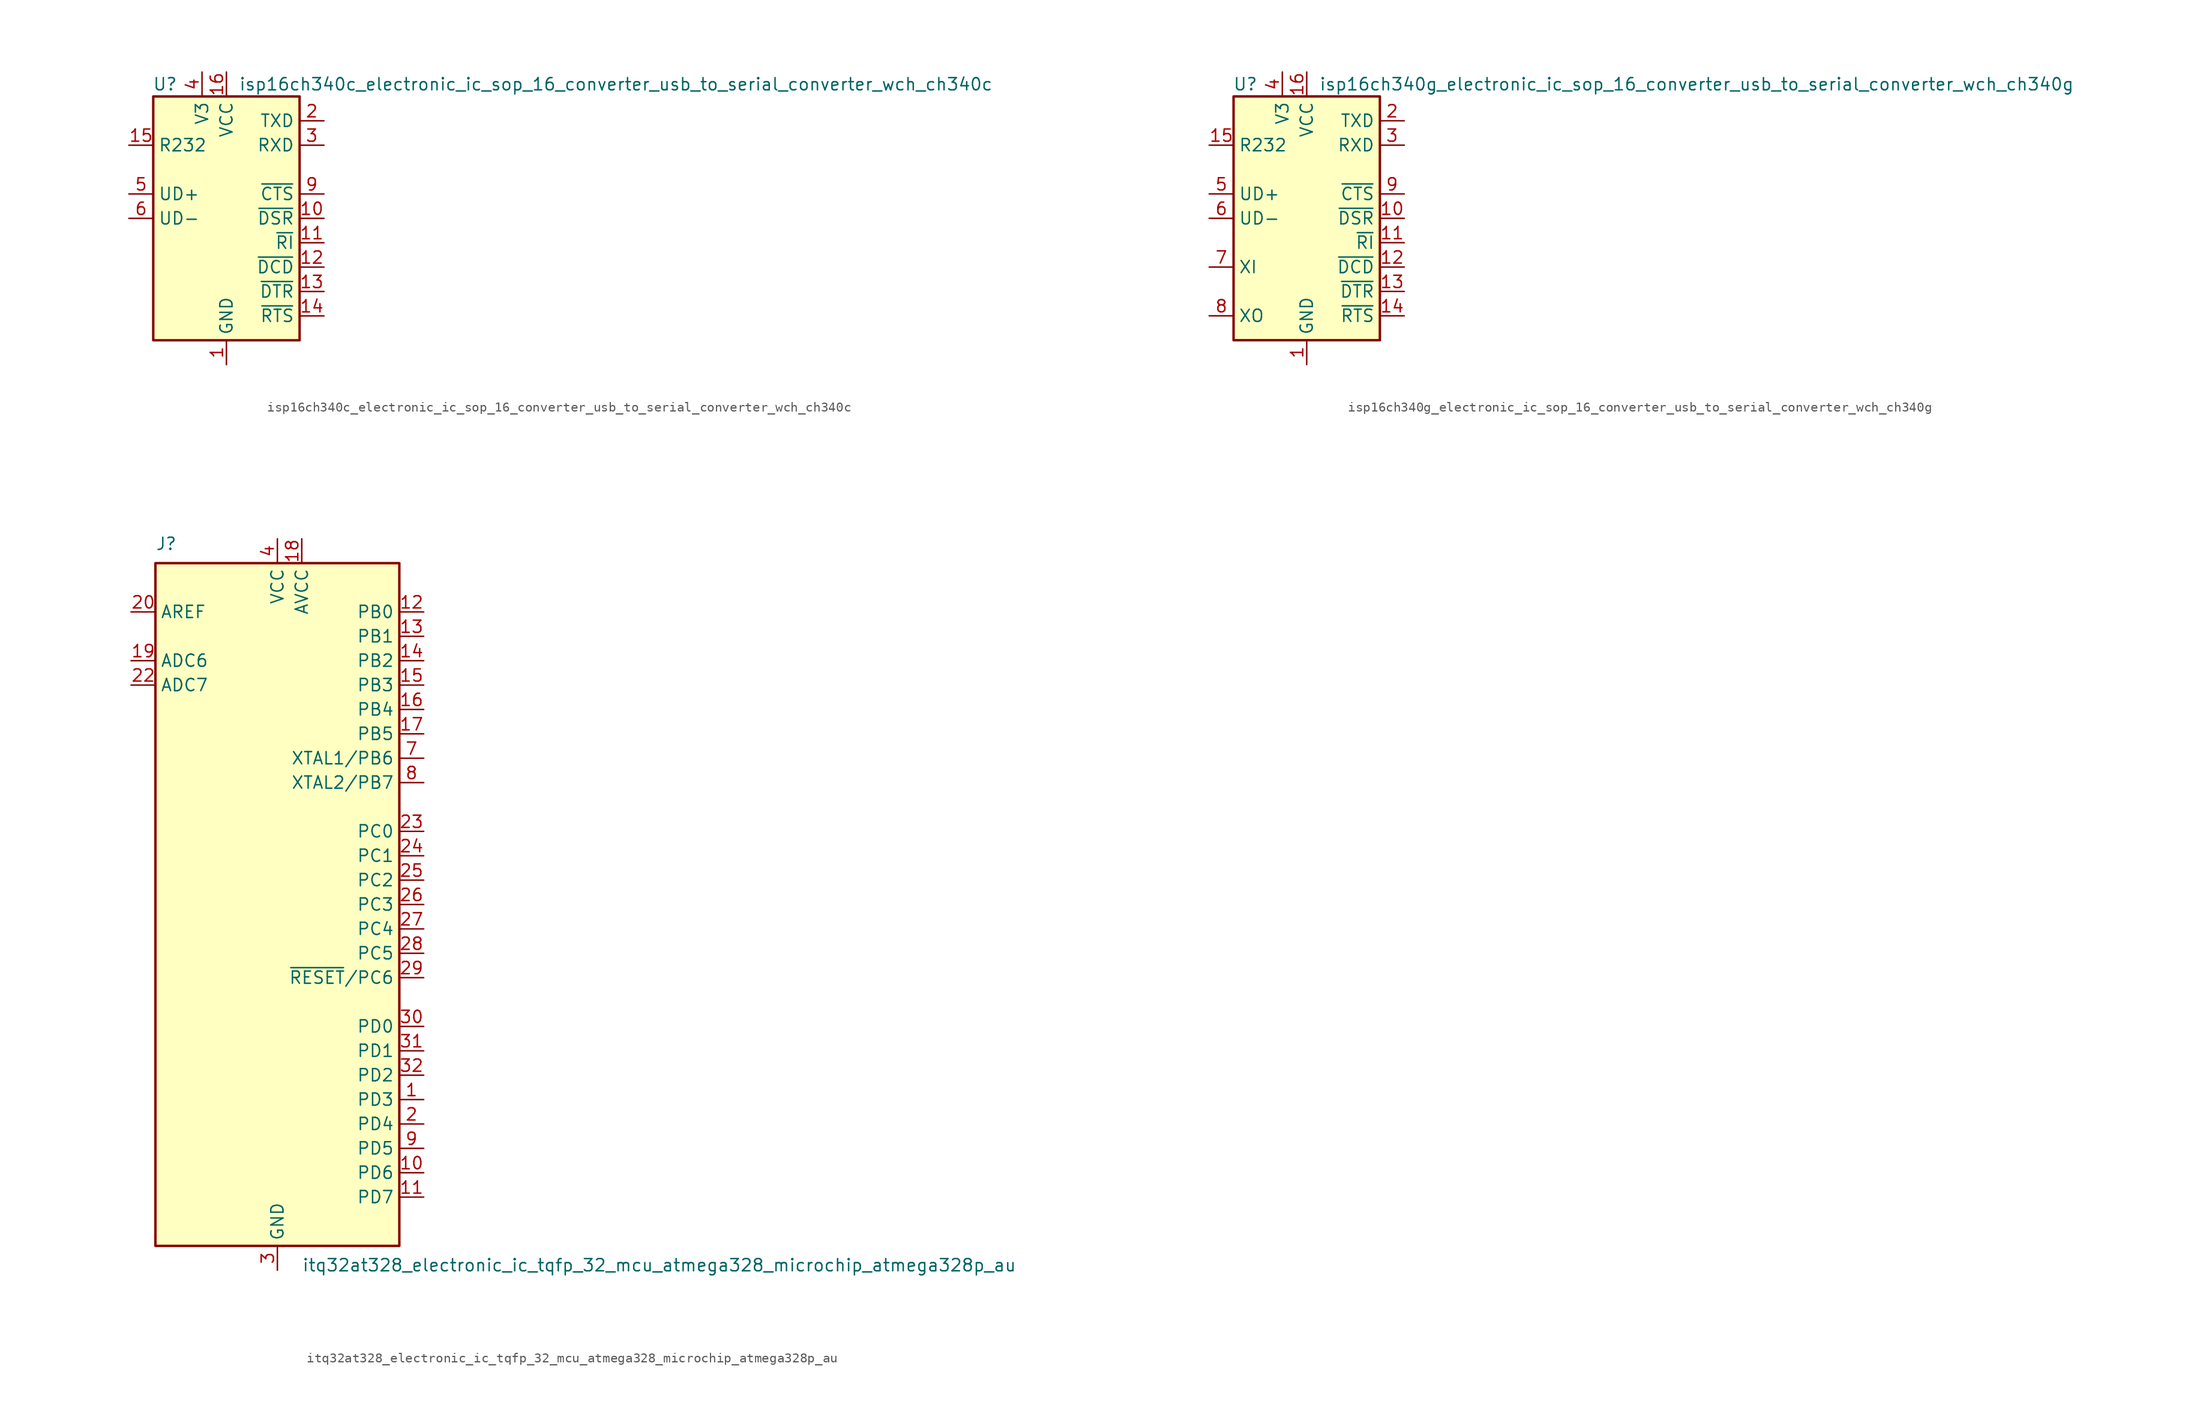
<source format=kicad_sym>
(kicad_symbol_lib
  (version 20220914)
  (generator kicad_symbol_editor)
  (symbol "isp16ch340c_electronic_ic_sop_16_converter_usb_to_serial_converter_wch_ch340c"
    (property "Reference" "U"
      (at -5.08 13.97 0)
      (effects (font (size 1.27 1.27)) (justify right)))
    (property "Value" "isp16ch340c_electronic_ic_sop_16_converter_usb_to_serial_converter_wch_ch340c"
      (at 1.27 13.97 0)
      (effects (font (size 1.27 1.27)) (justify left)))
    (symbol "isp16ch340c_electronic_ic_sop_16_converter_usb_to_serial_converter_wch_ch340c_0_1"
      (rectangle (start -7.62 12.7) (end 7.62 -12.7) (stroke (width 0.254) (type default)) (fill (type background))))
    (symbol "isp16ch340c_electronic_ic_sop_16_converter_usb_to_serial_converter_wch_ch340c_1_1"
      (pin power_in line (at 0 -15.24 90) (length 2.54) (name "GND" (effects (font (size 1.27 1.27)))) (number "1" (effects (font (size 1.27 1.27)))))
      (pin input line (at 10.16 0 180) (length 2.54) (name "~{DSR}" (effects (font (size 1.27 1.27)))) (number "10" (effects (font (size 1.27 1.27)))))
      (pin input line (at 10.16 -2.54 180) (length 2.54) (name "~{RI}" (effects (font (size 1.27 1.27)))) (number "11" (effects (font (size 1.27 1.27)))))
      (pin input line (at 10.16 -5.08 180) (length 2.54) (name "~{DCD}" (effects (font (size 1.27 1.27)))) (number "12" (effects (font (size 1.27 1.27)))))
      (pin output line (at 10.16 -7.62 180) (length 2.54) (name "~{DTR}" (effects (font (size 1.27 1.27)))) (number "13" (effects (font (size 1.27 1.27)))))
      (pin output line (at 10.16 -10.16 180) (length 2.54) (name "~{RTS}" (effects (font (size 1.27 1.27)))) (number "14" (effects (font (size 1.27 1.27)))))
      (pin input line (at -10.16 7.62 0) (length 2.54) (name "R232" (effects (font (size 1.27 1.27)))) (number "15" (effects (font (size 1.27 1.27)))))
      (pin power_in line (at 0 15.24 270) (length 2.54) (name "VCC" (effects (font (size 1.27 1.27)))) (number "16" (effects (font (size 1.27 1.27)))))
      (pin output line (at 10.16 10.16 180) (length 2.54) (name "TXD" (effects (font (size 1.27 1.27)))) (number "2" (effects (font (size 1.27 1.27)))))
      (pin input line (at 10.16 7.62 180) (length 2.54) (name "RXD" (effects (font (size 1.27 1.27)))) (number "3" (effects (font (size 1.27 1.27)))))
      (pin passive line (at -2.54 15.24 270) (length 2.54) (name "V3" (effects (font (size 1.27 1.27)))) (number "4" (effects (font (size 1.27 1.27)))))
      (pin bidirectional line (at -10.16 2.54 0) (length 2.54) (name "UD+" (effects (font (size 1.27 1.27)))) (number "5" (effects (font (size 1.27 1.27)))))
      (pin bidirectional line (at -10.16 0 0) (length 2.54) (name "UD-" (effects (font (size 1.27 1.27)))) (number "6" (effects (font (size 1.27 1.27)))))
      (pin no_connect line (at -7.62 -7.62 0) (length 2.54) hide (name "NC" (effects (font (size 1.27 1.27)))) (number "7" (effects (font (size 1.27 1.27)))))
      (pin no_connect line (at -7.62 -10.16 0) (length 2.54) hide (name "NC" (effects (font (size 1.27 1.27)))) (number "8" (effects (font (size 1.27 1.27)))))
      (pin input line (at 10.16 2.54 180) (length 2.54) (name "~{CTS}" (effects (font (size 1.27 1.27)))) (number "9" (effects (font (size 1.27 1.27)))))))
  (symbol "isp16ch340g_electronic_ic_sop_16_converter_usb_to_serial_converter_wch_ch340g"
    (property "Reference" "U"
      (at -5.08 13.97 0)
      (effects (font (size 1.27 1.27)) (justify right)))
    (property "Value" "isp16ch340g_electronic_ic_sop_16_converter_usb_to_serial_converter_wch_ch340g"
      (at 1.27 13.97 0)
      (effects (font (size 1.27 1.27)) (justify left)))
    (symbol "isp16ch340g_electronic_ic_sop_16_converter_usb_to_serial_converter_wch_ch340g_0_1"
      (rectangle (start -7.62 12.7) (end 7.62 -12.7) (stroke (width 0.254) (type default)) (fill (type background))))
    (symbol "isp16ch340g_electronic_ic_sop_16_converter_usb_to_serial_converter_wch_ch340g_1_1"
      (pin power_in line (at 0 -15.24 90) (length 2.54) (name "GND" (effects (font (size 1.27 1.27)))) (number "1" (effects (font (size 1.27 1.27)))))
      (pin input line (at 10.16 0 180) (length 2.54) (name "~{DSR}" (effects (font (size 1.27 1.27)))) (number "10" (effects (font (size 1.27 1.27)))))
      (pin input line (at 10.16 -2.54 180) (length 2.54) (name "~{RI}" (effects (font (size 1.27 1.27)))) (number "11" (effects (font (size 1.27 1.27)))))
      (pin input line (at 10.16 -5.08 180) (length 2.54) (name "~{DCD}" (effects (font (size 1.27 1.27)))) (number "12" (effects (font (size 1.27 1.27)))))
      (pin output line (at 10.16 -7.62 180) (length 2.54) (name "~{DTR}" (effects (font (size 1.27 1.27)))) (number "13" (effects (font (size 1.27 1.27)))))
      (pin output line (at 10.16 -10.16 180) (length 2.54) (name "~{RTS}" (effects (font (size 1.27 1.27)))) (number "14" (effects (font (size 1.27 1.27)))))
      (pin input line (at -10.16 7.62 0) (length 2.54) (name "R232" (effects (font (size 1.27 1.27)))) (number "15" (effects (font (size 1.27 1.27)))))
      (pin power_in line (at 0 15.24 270) (length 2.54) (name "VCC" (effects (font (size 1.27 1.27)))) (number "16" (effects (font (size 1.27 1.27)))))
      (pin output line (at 10.16 10.16 180) (length 2.54) (name "TXD" (effects (font (size 1.27 1.27)))) (number "2" (effects (font (size 1.27 1.27)))))
      (pin input line (at 10.16 7.62 180) (length 2.54) (name "RXD" (effects (font (size 1.27 1.27)))) (number "3" (effects (font (size 1.27 1.27)))))
      (pin passive line (at -2.54 15.24 270) (length 2.54) (name "V3" (effects (font (size 1.27 1.27)))) (number "4" (effects (font (size 1.27 1.27)))))
      (pin bidirectional line (at -10.16 2.54 0) (length 2.54) (name "UD+" (effects (font (size 1.27 1.27)))) (number "5" (effects (font (size 1.27 1.27)))))
      (pin bidirectional line (at -10.16 0 0) (length 2.54) (name "UD-" (effects (font (size 1.27 1.27)))) (number "6" (effects (font (size 1.27 1.27)))))
      (pin input line (at -10.16 -5.08 0) (length 2.54) (name "XI" (effects (font (size 1.27 1.27)))) (number "7" (effects (font (size 1.27 1.27)))))
      (pin output line (at -10.16 -10.16 0) (length 2.54) (name "XO" (effects (font (size 1.27 1.27)))) (number "8" (effects (font (size 1.27 1.27)))))
      (pin input line (at 10.16 2.54 180) (length 2.54) (name "~{CTS}" (effects (font (size 1.27 1.27)))) (number "9" (effects (font (size 1.27 1.27)))))))
  (symbol "itq32at328_electronic_ic_tqfp_32_mcu_atmega328_microchip_atmega328p_au"
    (property "Reference" "J"
      (at -12.7 36.83 0)
      (effects (font (size 1.27 1.27)) (justify left bottom)))
    (property "Value" "itq32at328_electronic_ic_tqfp_32_mcu_atmega328_microchip_atmega328p_au"
      (at 2.54 -36.83 0)
      (effects (font (size 1.27 1.27)) (justify left top)))
    (symbol "itq32at328_electronic_ic_tqfp_32_mcu_atmega328_microchip_atmega328p_au_0_1"
      (rectangle (start -12.7 -35.56) (end 12.7 35.56) (stroke (width 0.254) (type default)) (fill (type background))))
    (symbol "itq32at328_electronic_ic_tqfp_32_mcu_atmega328_microchip_atmega328p_au_1_1"
      (pin bidirectional line (at 15.24 -20.32 180) (length 2.54) (name "PD3" (effects (font (size 1.27 1.27)))) (number "1" (effects (font (size 1.27 1.27)))))
      (pin bidirectional line (at 15.24 -27.94 180) (length 2.54) (name "PD6" (effects (font (size 1.27 1.27)))) (number "10" (effects (font (size 1.27 1.27)))))
      (pin bidirectional line (at 15.24 -30.48 180) (length 2.54) (name "PD7" (effects (font (size 1.27 1.27)))) (number "11" (effects (font (size 1.27 1.27)))))
      (pin bidirectional line (at 15.24 30.48 180) (length 2.54) (name "PB0" (effects (font (size 1.27 1.27)))) (number "12" (effects (font (size 1.27 1.27)))))
      (pin bidirectional line (at 15.24 27.94 180) (length 2.54) (name "PB1" (effects (font (size 1.27 1.27)))) (number "13" (effects (font (size 1.27 1.27)))))
      (pin bidirectional line (at 15.24 25.4 180) (length 2.54) (name "PB2" (effects (font (size 1.27 1.27)))) (number "14" (effects (font (size 1.27 1.27)))))
      (pin bidirectional line (at 15.24 22.86 180) (length 2.54) (name "PB3" (effects (font (size 1.27 1.27)))) (number "15" (effects (font (size 1.27 1.27)))))
      (pin bidirectional line (at 15.24 20.32 180) (length 2.54) (name "PB4" (effects (font (size 1.27 1.27)))) (number "16" (effects (font (size 1.27 1.27)))))
      (pin bidirectional line (at 15.24 17.78 180) (length 2.54) (name "PB5" (effects (font (size 1.27 1.27)))) (number "17" (effects (font (size 1.27 1.27)))))
      (pin power_in line (at 2.54 38.1 270) (length 2.54) (name "AVCC" (effects (font (size 1.27 1.27)))) (number "18" (effects (font (size 1.27 1.27)))))
      (pin input line (at -15.24 25.4 0) (length 2.54) (name "ADC6" (effects (font (size 1.27 1.27)))) (number "19" (effects (font (size 1.27 1.27)))))
      (pin bidirectional line (at 15.24 -22.86 180) (length 2.54) (name "PD4" (effects (font (size 1.27 1.27)))) (number "2" (effects (font (size 1.27 1.27)))))
      (pin passive line (at -15.24 30.48 0) (length 2.54) (name "AREF" (effects (font (size 1.27 1.27)))) (number "20" (effects (font (size 1.27 1.27)))))
      (pin passive line (at 0 -38.1 90) (length 2.54) hide (name "GND" (effects (font (size 1.27 1.27)))) (number "21" (effects (font (size 1.27 1.27)))))
      (pin input line (at -15.24 22.86 0) (length 2.54) (name "ADC7" (effects (font (size 1.27 1.27)))) (number "22" (effects (font (size 1.27 1.27)))))
      (pin bidirectional line (at 15.24 7.62 180) (length 2.54) (name "PC0" (effects (font (size 1.27 1.27)))) (number "23" (effects (font (size 1.27 1.27)))))
      (pin bidirectional line (at 15.24 5.08 180) (length 2.54) (name "PC1" (effects (font (size 1.27 1.27)))) (number "24" (effects (font (size 1.27 1.27)))))
      (pin bidirectional line (at 15.24 2.54 180) (length 2.54) (name "PC2" (effects (font (size 1.27 1.27)))) (number "25" (effects (font (size 1.27 1.27)))))
      (pin bidirectional line (at 15.24 0 180) (length 2.54) (name "PC3" (effects (font (size 1.27 1.27)))) (number "26" (effects (font (size 1.27 1.27)))))
      (pin bidirectional line (at 15.24 -2.54 180) (length 2.54) (name "PC4" (effects (font (size 1.27 1.27)))) (number "27" (effects (font (size 1.27 1.27)))))
      (pin bidirectional line (at 15.24 -5.08 180) (length 2.54) (name "PC5" (effects (font (size 1.27 1.27)))) (number "28" (effects (font (size 1.27 1.27)))))
      (pin bidirectional line (at 15.24 -7.62 180) (length 2.54) (name "~{RESET}/PC6" (effects (font (size 1.27 1.27)))) (number "29" (effects (font (size 1.27 1.27)))))
      (pin power_in line (at 0 -38.1 90) (length 2.54) (name "GND" (effects (font (size 1.27 1.27)))) (number "3" (effects (font (size 1.27 1.27)))))
      (pin bidirectional line (at 15.24 -12.7 180) (length 2.54) (name "PD0" (effects (font (size 1.27 1.27)))) (number "30" (effects (font (size 1.27 1.27)))))
      (pin bidirectional line (at 15.24 -15.24 180) (length 2.54) (name "PD1" (effects (font (size 1.27 1.27)))) (number "31" (effects (font (size 1.27 1.27)))))
      (pin bidirectional line (at 15.24 -17.78 180) (length 2.54) (name "PD2" (effects (font (size 1.27 1.27)))) (number "32" (effects (font (size 1.27 1.27)))))
      (pin power_in line (at 0 38.1 270) (length 2.54) (name "VCC" (effects (font (size 1.27 1.27)))) (number "4" (effects (font (size 1.27 1.27)))))
      (pin passive line (at 0 -38.1 90) (length 2.54) hide (name "GND" (effects (font (size 1.27 1.27)))) (number "5" (effects (font (size 1.27 1.27)))))
      (pin passive line (at 0 38.1 270) (length 2.54) hide (name "VCC" (effects (font (size 1.27 1.27)))) (number "6" (effects (font (size 1.27 1.27)))))
      (pin bidirectional line (at 15.24 15.24 180) (length 2.54) (name "XTAL1/PB6" (effects (font (size 1.27 1.27)))) (number "7" (effects (font (size 1.27 1.27)))))
      (pin bidirectional line (at 15.24 12.7 180) (length 2.54) (name "XTAL2/PB7" (effects (font (size 1.27 1.27)))) (number "8" (effects (font (size 1.27 1.27)))))
      (pin bidirectional line (at 15.24 -25.4 180) (length 2.54) (name "PD5" (effects (font (size 1.27 1.27)))) (number "9" (effects (font (size 1.27 1.27))))))))
</source>
